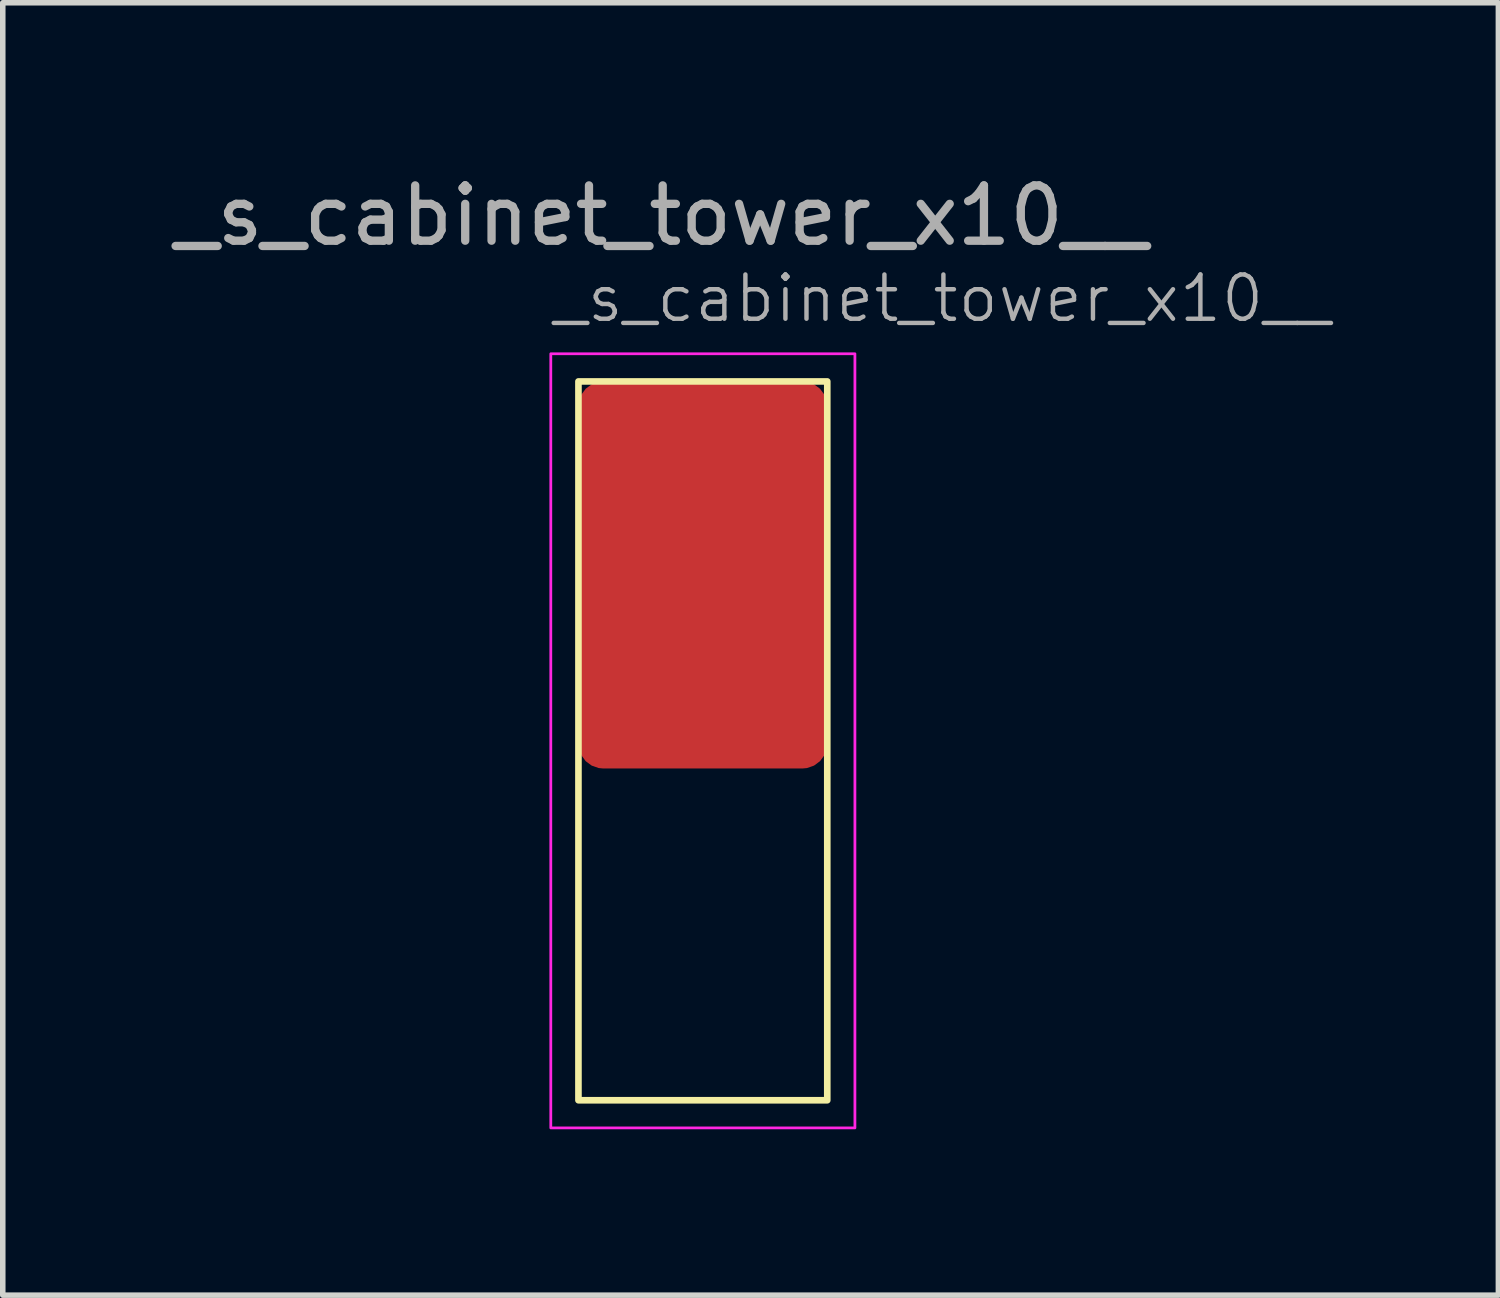
<source format=kicad_pcb>
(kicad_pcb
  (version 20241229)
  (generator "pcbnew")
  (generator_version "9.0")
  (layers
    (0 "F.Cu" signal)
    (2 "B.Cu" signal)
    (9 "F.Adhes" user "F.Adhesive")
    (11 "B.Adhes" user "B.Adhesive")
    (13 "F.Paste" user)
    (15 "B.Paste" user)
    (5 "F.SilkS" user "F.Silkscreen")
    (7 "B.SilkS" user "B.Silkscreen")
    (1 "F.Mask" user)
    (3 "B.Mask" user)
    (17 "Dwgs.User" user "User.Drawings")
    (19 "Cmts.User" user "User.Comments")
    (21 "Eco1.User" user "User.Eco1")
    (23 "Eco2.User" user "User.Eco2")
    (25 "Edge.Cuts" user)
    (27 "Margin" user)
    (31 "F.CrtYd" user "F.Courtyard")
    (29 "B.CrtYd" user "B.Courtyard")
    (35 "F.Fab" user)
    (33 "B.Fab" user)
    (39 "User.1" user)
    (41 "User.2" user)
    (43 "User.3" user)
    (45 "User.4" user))
  (footprint "_s_cabinet_tower_x10__"
    (layer "F.Cu")
    (at 7.411 3.848)
    (property "Reference" "_s_cabinet_tower_x10__" (at -0.5 -1.5 0) (unlocked yes) (layer "F.Fab") (effects (font (size 0.8 0.8) (thickness 0.08)) (justify left)))
    (attr smd)
    (fp_rect (start 0 0) (end 4.5 13) (stroke (width 0.12) (type solid)) (fill no) (layer "F.SilkS"))
    (fp_rect (start -0.5 -0.5) (end 5 13.5) (stroke (width 0.05) (type solid)) (fill no) (layer "F.CrtYd"))
    (fp_text user "${REFERENCE}" (at 1.5 -3 0) (unlocked yes) (layer "F.Fab") (effects (font (size 1 1) (thickness 0.15))))
    (pad "1" smd roundrect (at 2.25 3.5) (size 4.5 7) (layers "F.Cu" "F.Mask" "F.Paste") (roundrect_rratio 0.1)))
  (gr_rect
    (start -3 -3)
    (end 24.048 20.373)
    (stroke (width 0.1) (type default))
    (fill no)
    (layer "Edge.Cuts")))
</source>
